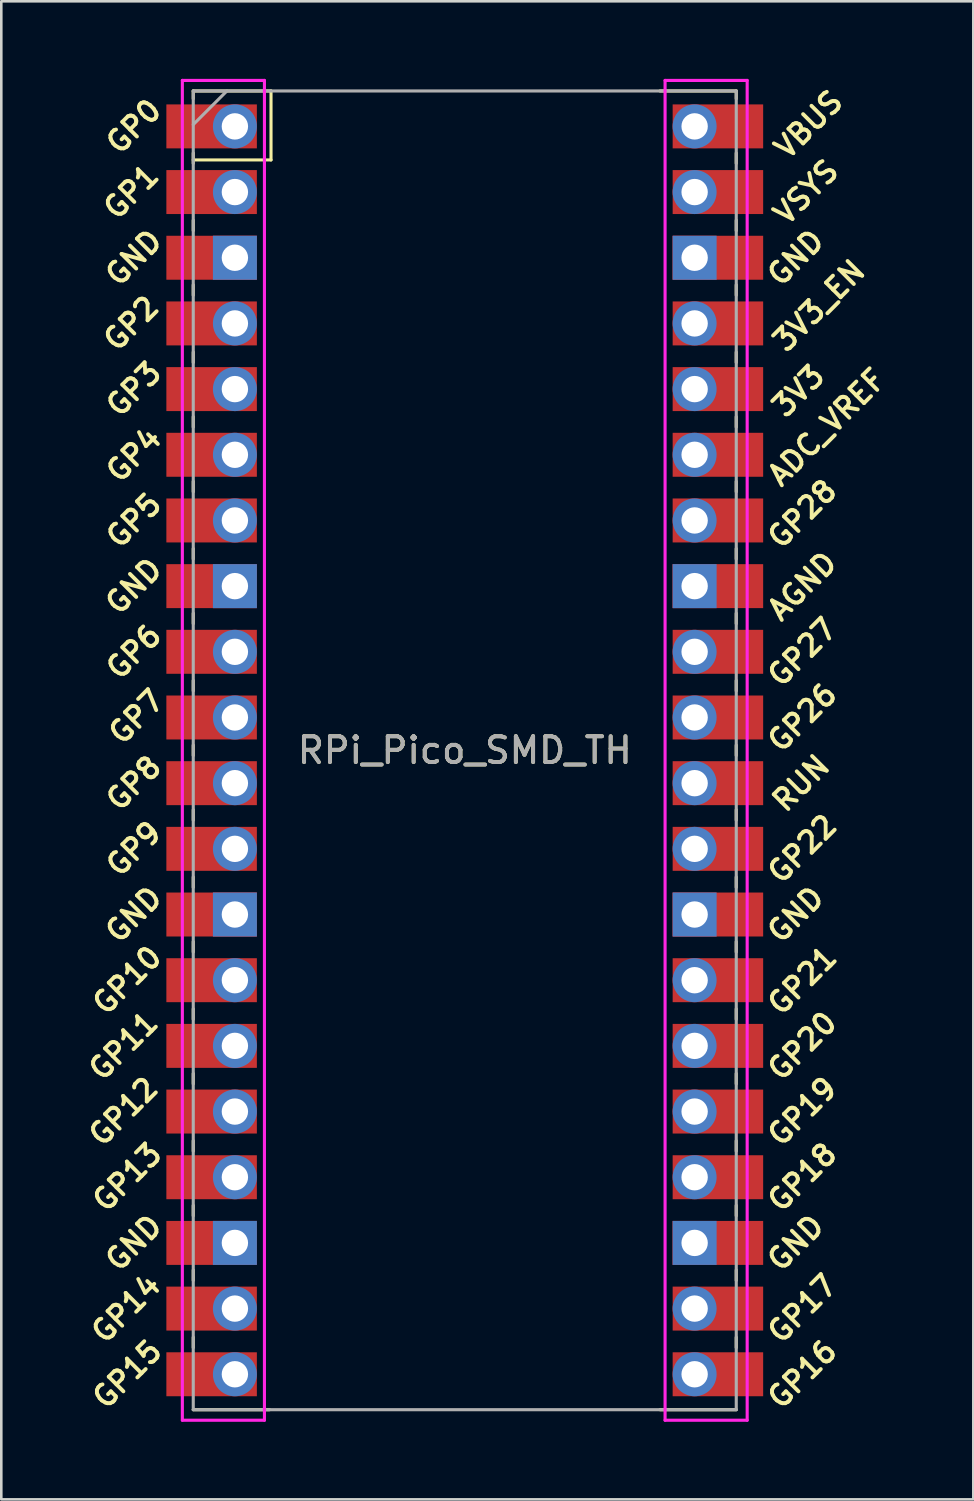
<source format=kicad_pcb>
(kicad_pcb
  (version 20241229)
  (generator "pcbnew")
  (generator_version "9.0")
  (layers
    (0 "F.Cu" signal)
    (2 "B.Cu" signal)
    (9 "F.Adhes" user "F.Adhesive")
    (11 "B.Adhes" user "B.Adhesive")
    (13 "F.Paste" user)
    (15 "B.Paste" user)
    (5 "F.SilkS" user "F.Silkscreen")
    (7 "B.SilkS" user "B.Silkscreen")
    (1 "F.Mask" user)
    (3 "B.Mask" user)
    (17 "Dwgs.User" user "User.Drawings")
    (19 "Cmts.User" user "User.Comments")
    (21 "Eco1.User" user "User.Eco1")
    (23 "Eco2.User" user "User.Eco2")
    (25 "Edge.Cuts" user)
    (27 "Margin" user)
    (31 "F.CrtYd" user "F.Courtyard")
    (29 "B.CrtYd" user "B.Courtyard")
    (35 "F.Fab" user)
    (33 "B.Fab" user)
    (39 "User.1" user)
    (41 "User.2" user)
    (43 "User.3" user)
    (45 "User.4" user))
  (footprint "RPi_Pico_SMD_TH"
    (layer "F.Cu")
    (at 14.924 25.968)
    (property "Reference" "RPi_Pico_SMD_TH" (at 0 0 0) (layer "F.SilkS") (effects (font (size 1 1) (thickness 0.15))))
    (attr through_hole)
    (fp_line (start -10.5 -25.5) (end -10.5 -25.2) (stroke (width 0.12) (type solid)) (layer "F.SilkS"))
    (fp_line (start -10.5 -25.5) (end -7.493 -25.5) (stroke (width 0.12) (type solid)) (layer "F.SilkS"))
    (fp_line (start -10.5 -23.1) (end -10.5 -22.7) (stroke (width 0.12) (type solid)) (layer "F.SilkS"))
    (fp_line (start -10.5 -22.833) (end -7.493 -22.833) (stroke (width 0.12) (type solid)) (layer "F.SilkS"))
    (fp_line (start -10.5 -20.5) (end -10.5 -20.1) (stroke (width 0.12) (type solid)) (layer "F.SilkS"))
    (fp_line (start -10.5 -18) (end -10.5 -17.6) (stroke (width 0.12) (type solid)) (layer "F.SilkS"))
    (fp_line (start -10.5 -15.4) (end -10.5 -15) (stroke (width 0.12) (type solid)) (layer "F.SilkS"))
    (fp_line (start -10.5 -12.9) (end -10.5 -12.5) (stroke (width 0.12) (type solid)) (layer "F.SilkS"))
    (fp_line (start -10.5 -10.4) (end -10.5 -10) (stroke (width 0.12) (type solid)) (layer "F.SilkS"))
    (fp_line (start -10.5 -7.8) (end -10.5 -7.4) (stroke (width 0.12) (type solid)) (layer "F.SilkS"))
    (fp_line (start -10.5 -5.3) (end -10.5 -4.9) (stroke (width 0.12) (type solid)) (layer "F.SilkS"))
    (fp_line (start -10.5 -2.7) (end -10.5 -2.3) (stroke (width 0.12) (type solid)) (layer "F.SilkS"))
    (fp_line (start -10.5 -0.2) (end -10.5 0.2) (stroke (width 0.12) (type solid)) (layer "F.SilkS"))
    (fp_line (start -10.5 2.3) (end -10.5 2.7) (stroke (width 0.12) (type solid)) (layer "F.SilkS"))
    (fp_line (start -10.5 4.9) (end -10.5 5.3) (stroke (width 0.12) (type solid)) (layer "F.SilkS"))
    (fp_line (start -10.5 7.4) (end -10.5 7.8) (stroke (width 0.12) (type solid)) (layer "F.SilkS"))
    (fp_line (start -10.5 10) (end -10.5 10.4) (stroke (width 0.12) (type solid)) (layer "F.SilkS"))
    (fp_line (start -10.5 12.5) (end -10.5 12.9) (stroke (width 0.12) (type solid)) (layer "F.SilkS"))
    (fp_line (start -10.5 15.1) (end -10.5 15.5) (stroke (width 0.12) (type solid)) (layer "F.SilkS"))
    (fp_line (start -10.5 17.6) (end -10.5 18) (stroke (width 0.12) (type solid)) (layer "F.SilkS"))
    (fp_line (start -10.5 20.1) (end -10.5 20.5) (stroke (width 0.12) (type solid)) (layer "F.SilkS"))
    (fp_line (start -10.5 22.7) (end -10.5 23.1) (stroke (width 0.12) (type solid)) (layer "F.SilkS"))
    (fp_line (start -7.55 25.5) (end -10.5 25.5) (stroke (width 0.12) (type solid)) (layer "F.SilkS"))
    (fp_line (start -7.493 -22.833) (end -7.493 -25.5) (stroke (width 0.12) (type solid)) (layer "F.SilkS"))
    (fp_line (start 7.55 -25.5) (end 10.5 -25.5) (stroke (width 0.12) (type solid)) (layer "F.SilkS"))
    (fp_line (start 10.5 -25.5) (end 10.5 -25.2) (stroke (width 0.12) (type solid)) (layer "F.SilkS"))
    (fp_line (start 10.5 -23.1) (end 10.5 -22.7) (stroke (width 0.12) (type solid)) (layer "F.SilkS"))
    (fp_line (start 10.5 -20.5) (end 10.5 -20.1) (stroke (width 0.12) (type solid)) (layer "F.SilkS"))
    (fp_line (start 10.5 -18) (end 10.5 -17.6) (stroke (width 0.12) (type solid)) (layer "F.SilkS"))
    (fp_line (start 10.5 -15.4) (end 10.5 -15) (stroke (width 0.12) (type solid)) (layer "F.SilkS"))
    (fp_line (start 10.5 -12.9) (end 10.5 -12.5) (stroke (width 0.12) (type solid)) (layer "F.SilkS"))
    (fp_line (start 10.5 -10.4) (end 10.5 -10) (stroke (width 0.12) (type solid)) (layer "F.SilkS"))
    (fp_line (start 10.5 -7.8) (end 10.5 -7.4) (stroke (width 0.12) (type solid)) (layer "F.SilkS"))
    (fp_line (start 10.5 -5.3) (end 10.5 -4.9) (stroke (width 0.12) (type solid)) (layer "F.SilkS"))
    (fp_line (start 10.5 -2.7) (end 10.5 -2.3) (stroke (width 0.12) (type solid)) (layer "F.SilkS"))
    (fp_line (start 10.5 -0.2) (end 10.5 0.2) (stroke (width 0.12) (type solid)) (layer "F.SilkS"))
    (fp_line (start 10.5 2.3) (end 10.5 2.7) (stroke (width 0.12) (type solid)) (layer "F.SilkS"))
    (fp_line (start 10.5 4.9) (end 10.5 5.3) (stroke (width 0.12) (type solid)) (layer "F.SilkS"))
    (fp_line (start 10.5 7.4) (end 10.5 7.8) (stroke (width 0.12) (type solid)) (layer "F.SilkS"))
    (fp_line (start 10.5 10) (end 10.5 10.4) (stroke (width 0.12) (type solid)) (layer "F.SilkS"))
    (fp_line (start 10.5 12.5) (end 10.5 12.9) (stroke (width 0.12) (type solid)) (layer "F.SilkS"))
    (fp_line (start 10.5 15.1) (end 10.5 15.5) (stroke (width 0.12) (type solid)) (layer "F.SilkS"))
    (fp_line (start 10.5 17.6) (end 10.5 18) (stroke (width 0.12) (type solid)) (layer "F.SilkS"))
    (fp_line (start 10.5 20.1) (end 10.5 20.5) (stroke (width 0.12) (type solid)) (layer "F.SilkS"))
    (fp_line (start 10.5 22.7) (end 10.5 23.1) (stroke (width 0.12) (type solid)) (layer "F.SilkS"))
    (fp_line (start 10.5 25.5) (end 7.55 25.5) (stroke (width 0.12) (type solid)) (layer "F.SilkS"))
    (fp_line (start -10.922 -25.908) (end -7.747 -25.908) (stroke (width 0.12) (type solid)) (layer "F.CrtYd"))
    (fp_line (start -10.922 25.908) (end -10.922 -25.908) (stroke (width 0.12) (type solid)) (layer "F.CrtYd"))
    (fp_line (start -7.747 -25.908) (end -7.747 25.908) (stroke (width 0.12) (type solid)) (layer "F.CrtYd"))
    (fp_line (start -7.747 25.908) (end -10.922 25.908) (stroke (width 0.12) (type solid)) (layer "F.CrtYd"))
    (fp_line (start 7.747 -25.908) (end 10.922 -25.908) (stroke (width 0.12) (type solid)) (layer "F.CrtYd"))
    (fp_line (start 7.747 25.908) (end 7.747 -25.908) (stroke (width 0.12) (type solid)) (layer "F.CrtYd"))
    (fp_line (start 10.922 -25.908) (end 10.922 25.908) (stroke (width 0.12) (type solid)) (layer "F.CrtYd"))
    (fp_line (start 10.922 25.908) (end 7.747 25.908) (stroke (width 0.12) (type solid)) (layer "F.CrtYd"))
    (fp_line (start -10.5 -25.5) (end 10.5 -25.5) (stroke (width 0.12) (type solid)) (layer "F.Fab"))
    (fp_line (start -10.5 -24.2) (end -9.2 -25.5) (stroke (width 0.12) (type solid)) (layer "F.Fab"))
    (fp_line (start -10.5 25.5) (end -10.5 -25.5) (stroke (width 0.12) (type solid)) (layer "F.Fab"))
    (fp_line (start 10.5 -25.5) (end 10.5 25.5) (stroke (width 0.12) (type solid)) (layer "F.Fab"))
    (fp_line (start 10.5 25.5) (end -10.5 25.5) (stroke (width 0.12) (type solid)) (layer "F.Fab"))
    (fp_text user "GND" (at -12.8 -6.35 45) (layer "F.SilkS") (effects (font (size 0.8 0.8) (thickness 0.15))))
    (fp_text user "GP9" (at -12.8 3.81 45) (layer "F.SilkS") (effects (font (size 0.8 0.8) (thickness 0.15))))
    (fp_text user "GP15" (at -13.054 24.13 45) (layer "F.SilkS") (effects (font (size 0.8 0.8) (thickness 0.15))))
    (fp_text user "GND" (at 12.8 6.35 45) (layer "F.SilkS") (effects (font (size 0.8 0.8) (thickness 0.15))))
    (fp_text user "GND" (at 12.8 19.05 45) (layer "F.SilkS") (effects (font (size 0.8 0.8) (thickness 0.15))))
    (fp_text user "GP12" (at -13.2 13.97 45) (layer "F.SilkS") (effects (font (size 0.8 0.8) (thickness 0.15))))
    (fp_text user "GP28" (at 13.054 -9.144 45) (layer "F.SilkS") (effects (font (size 0.8 0.8) (thickness 0.15))))
    (fp_text user "GP20" (at 13.054 11.43 45) (layer "F.SilkS") (effects (font (size 0.8 0.8) (thickness 0.15))))
    (fp_text user "GP27" (at 13.054 -3.8 45) (layer "F.SilkS") (effects (font (size 0.8 0.8) (thickness 0.15))))
    (fp_text user "GP11" (at -13.2 11.43 45) (layer "F.SilkS") (effects (font (size 0.8 0.8) (thickness 0.15))))
    (fp_text user "GP8" (at -12.8 1.27 45) (layer "F.SilkS") (effects (font (size 0.8 0.8) (thickness 0.15))))
    (fp_text user "VSYS" (at 13.2 -21.59 45) (layer "F.SilkS") (effects (font (size 0.8 0.8) (thickness 0.15))))
    (fp_text user "GP10" (at -13.054 8.89 45) (layer "F.SilkS") (effects (font (size 0.8 0.8) (thickness 0.15))))
    (fp_text user "GP19" (at 13.054 13.97 45) (layer "F.SilkS") (effects (font (size 0.8 0.8) (thickness 0.15))))
    (fp_text user "GP3" (at -12.8 -13.97 45) (layer "F.SilkS") (effects (font (size 0.8 0.8) (thickness 0.15))))
    (fp_text user "GP17" (at 13.054 21.59 45) (layer "F.SilkS") (effects (font (size 0.8 0.8) (thickness 0.15))))
    (fp_text user "GP7" (at -12.7 -1.3 45) (layer "F.SilkS") (effects (font (size 0.8 0.8) (thickness 0.15))))
    (fp_text user "GP6" (at -12.8 -3.81 45) (layer "F.SilkS") (effects (font (size 0.8 0.8) (thickness 0.15))))
    (fp_text user "GP13" (at -13.054 16.51 45) (layer "F.SilkS") (effects (font (size 0.8 0.8) (thickness 0.15))))
    (fp_text user "GP1" (at -12.9 -21.6 45) (layer "F.SilkS") (effects (font (size 0.8 0.8) (thickness 0.15))))
    (fp_text user "3V3" (at 12.9 -13.9 45) (layer "F.SilkS") (effects (font (size 0.8 0.8) (thickness 0.15))))
    (fp_text user "GND" (at -12.8 6.35 45) (layer "F.SilkS") (effects (font (size 0.8 0.8) (thickness 0.15))))
    (fp_text user "GND" (at -12.8 -19.05 45) (layer "F.SilkS") (effects (font (size 0.8 0.8) (thickness 0.15))))
    (fp_text user "ADC_VREF" (at 14 -12.5 45) (layer "F.SilkS") (effects (font (size 0.8 0.8) (thickness 0.15))))
    (fp_text user "RUN" (at 13 1.27 45) (layer "F.SilkS") (effects (font (size 0.8 0.8) (thickness 0.15))))
    (fp_text user "GP5" (at -12.8 -8.89 45) (layer "F.SilkS") (effects (font (size 0.8 0.8) (thickness 0.15))))
    (fp_text user "GP22" (at 13.054 3.81 45) (layer "F.SilkS") (effects (font (size 0.8 0.8) (thickness 0.15))))
    (fp_text user "VBUS" (at 13.3 -24.2 45) (layer "F.SilkS") (effects (font (size 0.8 0.8) (thickness 0.15))))
    (fp_text user "GP21" (at 13.054 8.9 45) (layer "F.SilkS") (effects (font (size 0.8 0.8) (thickness 0.15))))
    (fp_text user "GP14" (at -13.1 21.59 45) (layer "F.SilkS") (effects (font (size 0.8 0.8) (thickness 0.15))))
    (fp_text user "GP18" (at 13.054 16.51 45) (layer "F.SilkS") (effects (font (size 0.8 0.8) (thickness 0.15))))
    (fp_text user "GP16" (at 13.054 24.13 45) (layer "F.SilkS") (effects (font (size 0.8 0.8) (thickness 0.15))))
    (fp_text user "AGND" (at 13.054 -6.35 45) (layer "F.SilkS") (effects (font (size 0.8 0.8) (thickness 0.15))))
    (fp_text user "GP4" (at -12.8 -11.43 45) (layer "F.SilkS") (effects (font (size 0.8 0.8) (thickness 0.15))))
    (fp_text user "GP0" (at -12.8 -24.13 45) (layer "F.SilkS") (effects (font (size 0.8 0.8) (thickness 0.15))))
    (fp_text user "GP26" (at 13.054 -1.27 45) (layer "F.SilkS") (effects (font (size 0.8 0.8) (thickness 0.15))))
    (fp_text user "3V3_EN" (at 13.7 -17.2 45) (layer "F.SilkS") (effects (font (size 0.8 0.8) (thickness 0.15))))
    (fp_text user "GND" (at -12.8 19.05 45) (layer "F.SilkS") (effects (font (size 0.8 0.8) (thickness 0.15))))
    (fp_text user "GP2" (at -12.9 -16.51 45) (layer "F.SilkS") (effects (font (size 0.8 0.8) (thickness 0.15))))
    (fp_text user "GND" (at 12.8 -19.05 45) (layer "F.SilkS") (effects (font (size 0.8 0.8) (thickness 0.15))))
    (fp_text user "${REFERENCE}" (at 0 0 180) (layer "F.Fab") (effects (font (size 1 1) (thickness 0.15))))
    (pad "1" thru_hole oval (at -8.89 -24.13) (size 1.7 1.7) (drill 1.02) (layers "*.Cu" "*.Mask"))
    (pad "1" smd rect (at -8.89 -24.13) (size 3.5 1.7) (drill (offset -0.9 0)) (layers "F.Cu" "F.Mask"))
    (pad "2" thru_hole oval (at -8.89 -21.59) (size 1.7 1.7) (drill 1.02) (layers "*.Cu" "*.Mask"))
    (pad "2" smd rect (at -8.89 -21.59) (size 3.5 1.7) (drill (offset -0.9 0)) (layers "F.Cu" "F.Mask"))
    (pad "3" thru_hole rect (at -8.89 -19.05) (size 1.7 1.7) (drill 1.02) (layers "*.Cu" "*.Mask"))
    (pad "3" smd rect (at -8.89 -19.05) (size 3.5 1.7) (drill (offset -0.9 0)) (layers "F.Cu" "F.Mask"))
    (pad "4" thru_hole oval (at -8.89 -16.51) (size 1.7 1.7) (drill 1.02) (layers "*.Cu" "*.Mask"))
    (pad "4" smd rect (at -8.89 -16.51) (size 3.5 1.7) (drill (offset -0.9 0)) (layers "F.Cu" "F.Mask"))
    (pad "5" thru_hole oval (at -8.89 -13.97) (size 1.7 1.7) (drill 1.02) (layers "*.Cu" "*.Mask"))
    (pad "5" smd rect (at -8.89 -13.97) (size 3.5 1.7) (drill (offset -0.9 0)) (layers "F.Cu" "F.Mask"))
    (pad "6" thru_hole oval (at -8.89 -11.43) (size 1.7 1.7) (drill 1.02) (layers "*.Cu" "*.Mask"))
    (pad "6" smd rect (at -8.89 -11.43) (size 3.5 1.7) (drill (offset -0.9 0)) (layers "F.Cu" "F.Mask"))
    (pad "7" thru_hole oval (at -8.89 -8.89) (size 1.7 1.7) (drill 1.02) (layers "*.Cu" "*.Mask"))
    (pad "7" smd rect (at -8.89 -8.89) (size 3.5 1.7) (drill (offset -0.9 0)) (layers "F.Cu" "F.Mask"))
    (pad "8" thru_hole rect (at -8.89 -6.35) (size 1.7 1.7) (drill 1.02) (layers "*.Cu" "*.Mask"))
    (pad "8" smd rect (at -8.89 -6.35) (size 3.5 1.7) (drill (offset -0.9 0)) (layers "F.Cu" "F.Mask"))
    (pad "9" thru_hole oval (at -8.89 -3.81) (size 1.7 1.7) (drill 1.02) (layers "*.Cu" "*.Mask"))
    (pad "9" smd rect (at -8.89 -3.81) (size 3.5 1.7) (drill (offset -0.9 0)) (layers "F.Cu" "F.Mask"))
    (pad "10" thru_hole oval (at -8.89 -1.27) (size 1.7 1.7) (drill 1.02) (layers "*.Cu" "*.Mask"))
    (pad "10" smd rect (at -8.89 -1.27) (size 3.5 1.7) (drill (offset -0.9 0)) (layers "F.Cu" "F.Mask"))
    (pad "11" thru_hole oval (at -8.89 1.27) (size 1.7 1.7) (drill 1.02) (layers "*.Cu" "*.Mask"))
    (pad "11" smd rect (at -8.89 1.27) (size 3.5 1.7) (drill (offset -0.9 0)) (layers "F.Cu" "F.Mask"))
    (pad "12" thru_hole oval (at -8.89 3.81) (size 1.7 1.7) (drill 1.02) (layers "*.Cu" "*.Mask"))
    (pad "12" smd rect (at -8.89 3.81) (size 3.5 1.7) (drill (offset -0.9 0)) (layers "F.Cu" "F.Mask"))
    (pad "13" thru_hole rect (at -8.89 6.35) (size 1.7 1.7) (drill 1.02) (layers "*.Cu" "*.Mask"))
    (pad "13" smd rect (at -8.89 6.35) (size 3.5 1.7) (drill (offset -0.9 0)) (layers "F.Cu" "F.Mask"))
    (pad "14" thru_hole oval (at -8.89 8.89) (size 1.7 1.7) (drill 1.02) (layers "*.Cu" "*.Mask"))
    (pad "14" smd rect (at -8.89 8.89) (size 3.5 1.7) (drill (offset -0.9 0)) (layers "F.Cu" "F.Mask"))
    (pad "15" thru_hole oval (at -8.89 11.43) (size 1.7 1.7) (drill 1.02) (layers "*.Cu" "*.Mask"))
    (pad "15" smd rect (at -8.89 11.43) (size 3.5 1.7) (drill (offset -0.9 0)) (layers "F.Cu" "F.Mask"))
    (pad "16" thru_hole oval (at -8.89 13.97) (size 1.7 1.7) (drill 1.02) (layers "*.Cu" "*.Mask"))
    (pad "16" smd rect (at -8.89 13.97) (size 3.5 1.7) (drill (offset -0.9 0)) (layers "F.Cu" "F.Mask"))
    (pad "17" thru_hole oval (at -8.89 16.51) (size 1.7 1.7) (drill 1.02) (layers "*.Cu" "*.Mask"))
    (pad "17" smd rect (at -8.89 16.51) (size 3.5 1.7) (drill (offset -0.9 0)) (layers "F.Cu" "F.Mask"))
    (pad "18" thru_hole rect (at -8.89 19.05) (size 1.7 1.7) (drill 1.02) (layers "*.Cu" "*.Mask"))
    (pad "18" smd rect (at -8.89 19.05) (size 3.5 1.7) (drill (offset -0.9 0)) (layers "F.Cu" "F.Mask"))
    (pad "19" thru_hole oval (at -8.89 21.59) (size 1.7 1.7) (drill 1.02) (layers "*.Cu" "*.Mask"))
    (pad "19" smd rect (at -8.89 21.59) (size 3.5 1.7) (drill (offset -0.9 0)) (layers "F.Cu" "F.Mask"))
    (pad "20" thru_hole oval (at -8.89 24.13) (size 1.7 1.7) (drill 1.02) (layers "*.Cu" "*.Mask"))
    (pad "20" smd rect (at -8.89 24.13) (size 3.5 1.7) (drill (offset -0.9 0)) (layers "F.Cu" "F.Mask"))
    (pad "21" thru_hole oval (at 8.89 24.13) (size 1.7 1.7) (drill 1.02) (layers "*.Cu" "*.Mask"))
    (pad "21" smd rect (at 8.89 24.13) (size 3.5 1.7) (drill (offset 0.9 0)) (layers "F.Cu" "F.Mask"))
    (pad "22" thru_hole oval (at 8.89 21.59) (size 1.7 1.7) (drill 1.02) (layers "*.Cu" "*.Mask"))
    (pad "22" smd rect (at 8.89 21.59) (size 3.5 1.7) (drill (offset 0.9 0)) (layers "F.Cu" "F.Mask"))
    (pad "23" thru_hole rect (at 8.89 19.05) (size 1.7 1.7) (drill 1.02) (layers "*.Cu" "*.Mask"))
    (pad "23" smd rect (at 8.89 19.05) (size 3.5 1.7) (drill (offset 0.9 0)) (layers "F.Cu" "F.Mask"))
    (pad "24" thru_hole oval (at 8.89 16.51) (size 1.7 1.7) (drill 1.02) (layers "*.Cu" "*.Mask"))
    (pad "24" smd rect (at 8.89 16.51) (size 3.5 1.7) (drill (offset 0.9 0)) (layers "F.Cu" "F.Mask"))
    (pad "25" thru_hole oval (at 8.89 13.97) (size 1.7 1.7) (drill 1.02) (layers "*.Cu" "*.Mask"))
    (pad "25" smd rect (at 8.89 13.97) (size 3.5 1.7) (drill (offset 0.9 0)) (layers "F.Cu" "F.Mask"))
    (pad "26" thru_hole oval (at 8.89 11.43) (size 1.7 1.7) (drill 1.02) (layers "*.Cu" "*.Mask"))
    (pad "26" smd rect (at 8.89 11.43) (size 3.5 1.7) (drill (offset 0.9 0)) (layers "F.Cu" "F.Mask"))
    (pad "27" thru_hole oval (at 8.89 8.89) (size 1.7 1.7) (drill 1.02) (layers "*.Cu" "*.Mask"))
    (pad "27" smd rect (at 8.89 8.89) (size 3.5 1.7) (drill (offset 0.9 0)) (layers "F.Cu" "F.Mask"))
    (pad "28" thru_hole rect (at 8.89 6.35) (size 1.7 1.7) (drill 1.02) (layers "*.Cu" "*.Mask"))
    (pad "28" smd rect (at 8.89 6.35) (size 3.5 1.7) (drill (offset 0.9 0)) (layers "F.Cu" "F.Mask"))
    (pad "29" thru_hole oval (at 8.89 3.81) (size 1.7 1.7) (drill 1.02) (layers "*.Cu" "*.Mask"))
    (pad "29" smd rect (at 8.89 3.81) (size 3.5 1.7) (drill (offset 0.9 0)) (layers "F.Cu" "F.Mask"))
    (pad "30" thru_hole oval (at 8.89 1.27) (size 1.7 1.7) (drill 1.02) (layers "*.Cu" "*.Mask"))
    (pad "30" smd rect (at 8.89 1.27) (size 3.5 1.7) (drill (offset 0.9 0)) (layers "F.Cu" "F.Mask"))
    (pad "31" thru_hole oval (at 8.89 -1.27) (size 1.7 1.7) (drill 1.02) (layers "*.Cu" "*.Mask"))
    (pad "31" smd rect (at 8.89 -1.27) (size 3.5 1.7) (drill (offset 0.9 0)) (layers "F.Cu" "F.Mask"))
    (pad "32" thru_hole oval (at 8.89 -3.81) (size 1.7 1.7) (drill 1.02) (layers "*.Cu" "*.Mask"))
    (pad "32" smd rect (at 8.89 -3.81) (size 3.5 1.7) (drill (offset 0.9 0)) (layers "F.Cu" "F.Mask"))
    (pad "33" thru_hole rect (at 8.89 -6.35) (size 1.7 1.7) (drill 1.02) (layers "*.Cu" "*.Mask"))
    (pad "33" smd rect (at 8.89 -6.35) (size 3.5 1.7) (drill (offset 0.9 0)) (layers "F.Cu" "F.Mask"))
    (pad "34" thru_hole oval (at 8.89 -8.89) (size 1.7 1.7) (drill 1.02) (layers "*.Cu" "*.Mask"))
    (pad "34" smd rect (at 8.89 -8.89) (size 3.5 1.7) (drill (offset 0.9 0)) (layers "F.Cu" "F.Mask"))
    (pad "35" thru_hole oval (at 8.89 -11.43) (size 1.7 1.7) (drill 1.02) (layers "*.Cu" "*.Mask"))
    (pad "35" smd rect (at 8.89 -11.43) (size 3.5 1.7) (drill (offset 0.9 0)) (layers "F.Cu" "F.Mask"))
    (pad "36" thru_hole oval (at 8.89 -13.97) (size 1.7 1.7) (drill 1.02) (layers "*.Cu" "*.Mask"))
    (pad "36" smd rect (at 8.89 -13.97) (size 3.5 1.7) (drill (offset 0.9 0)) (layers "F.Cu" "F.Mask"))
    (pad "37" thru_hole oval (at 8.89 -16.51) (size 1.7 1.7) (drill 1.02) (layers "*.Cu" "*.Mask"))
    (pad "37" smd rect (at 8.89 -16.51) (size 3.5 1.7) (drill (offset 0.9 0)) (layers "F.Cu" "F.Mask"))
    (pad "38" thru_hole rect (at 8.89 -19.05) (size 1.7 1.7) (drill 1.02) (layers "*.Cu" "*.Mask"))
    (pad "38" smd rect (at 8.89 -19.05) (size 3.5 1.7) (drill (offset 0.9 0)) (layers "F.Cu" "F.Mask"))
    (pad "39" thru_hole oval (at 8.89 -21.59) (size 1.7 1.7) (drill 1.02) (layers "*.Cu" "*.Mask"))
    (pad "39" smd rect (at 8.89 -21.59) (size 3.5 1.7) (drill (offset 0.9 0)) (layers "F.Cu" "F.Mask"))
    (pad "40" thru_hole oval (at 8.89 -24.13) (size 1.7 1.7) (drill 1.02) (layers "*.Cu" "*.Mask"))
    (pad "40" smd rect (at 8.89 -24.13) (size 3.5 1.7) (drill (offset 0.9 0)) (layers "F.Cu" "F.Mask")))
  (gr_rect
    (start -3 -3)
    (end 34.591 54.936)
    (stroke (width 0.1) (type default))
    (fill no)
    (layer "Edge.Cuts")))
</source>
